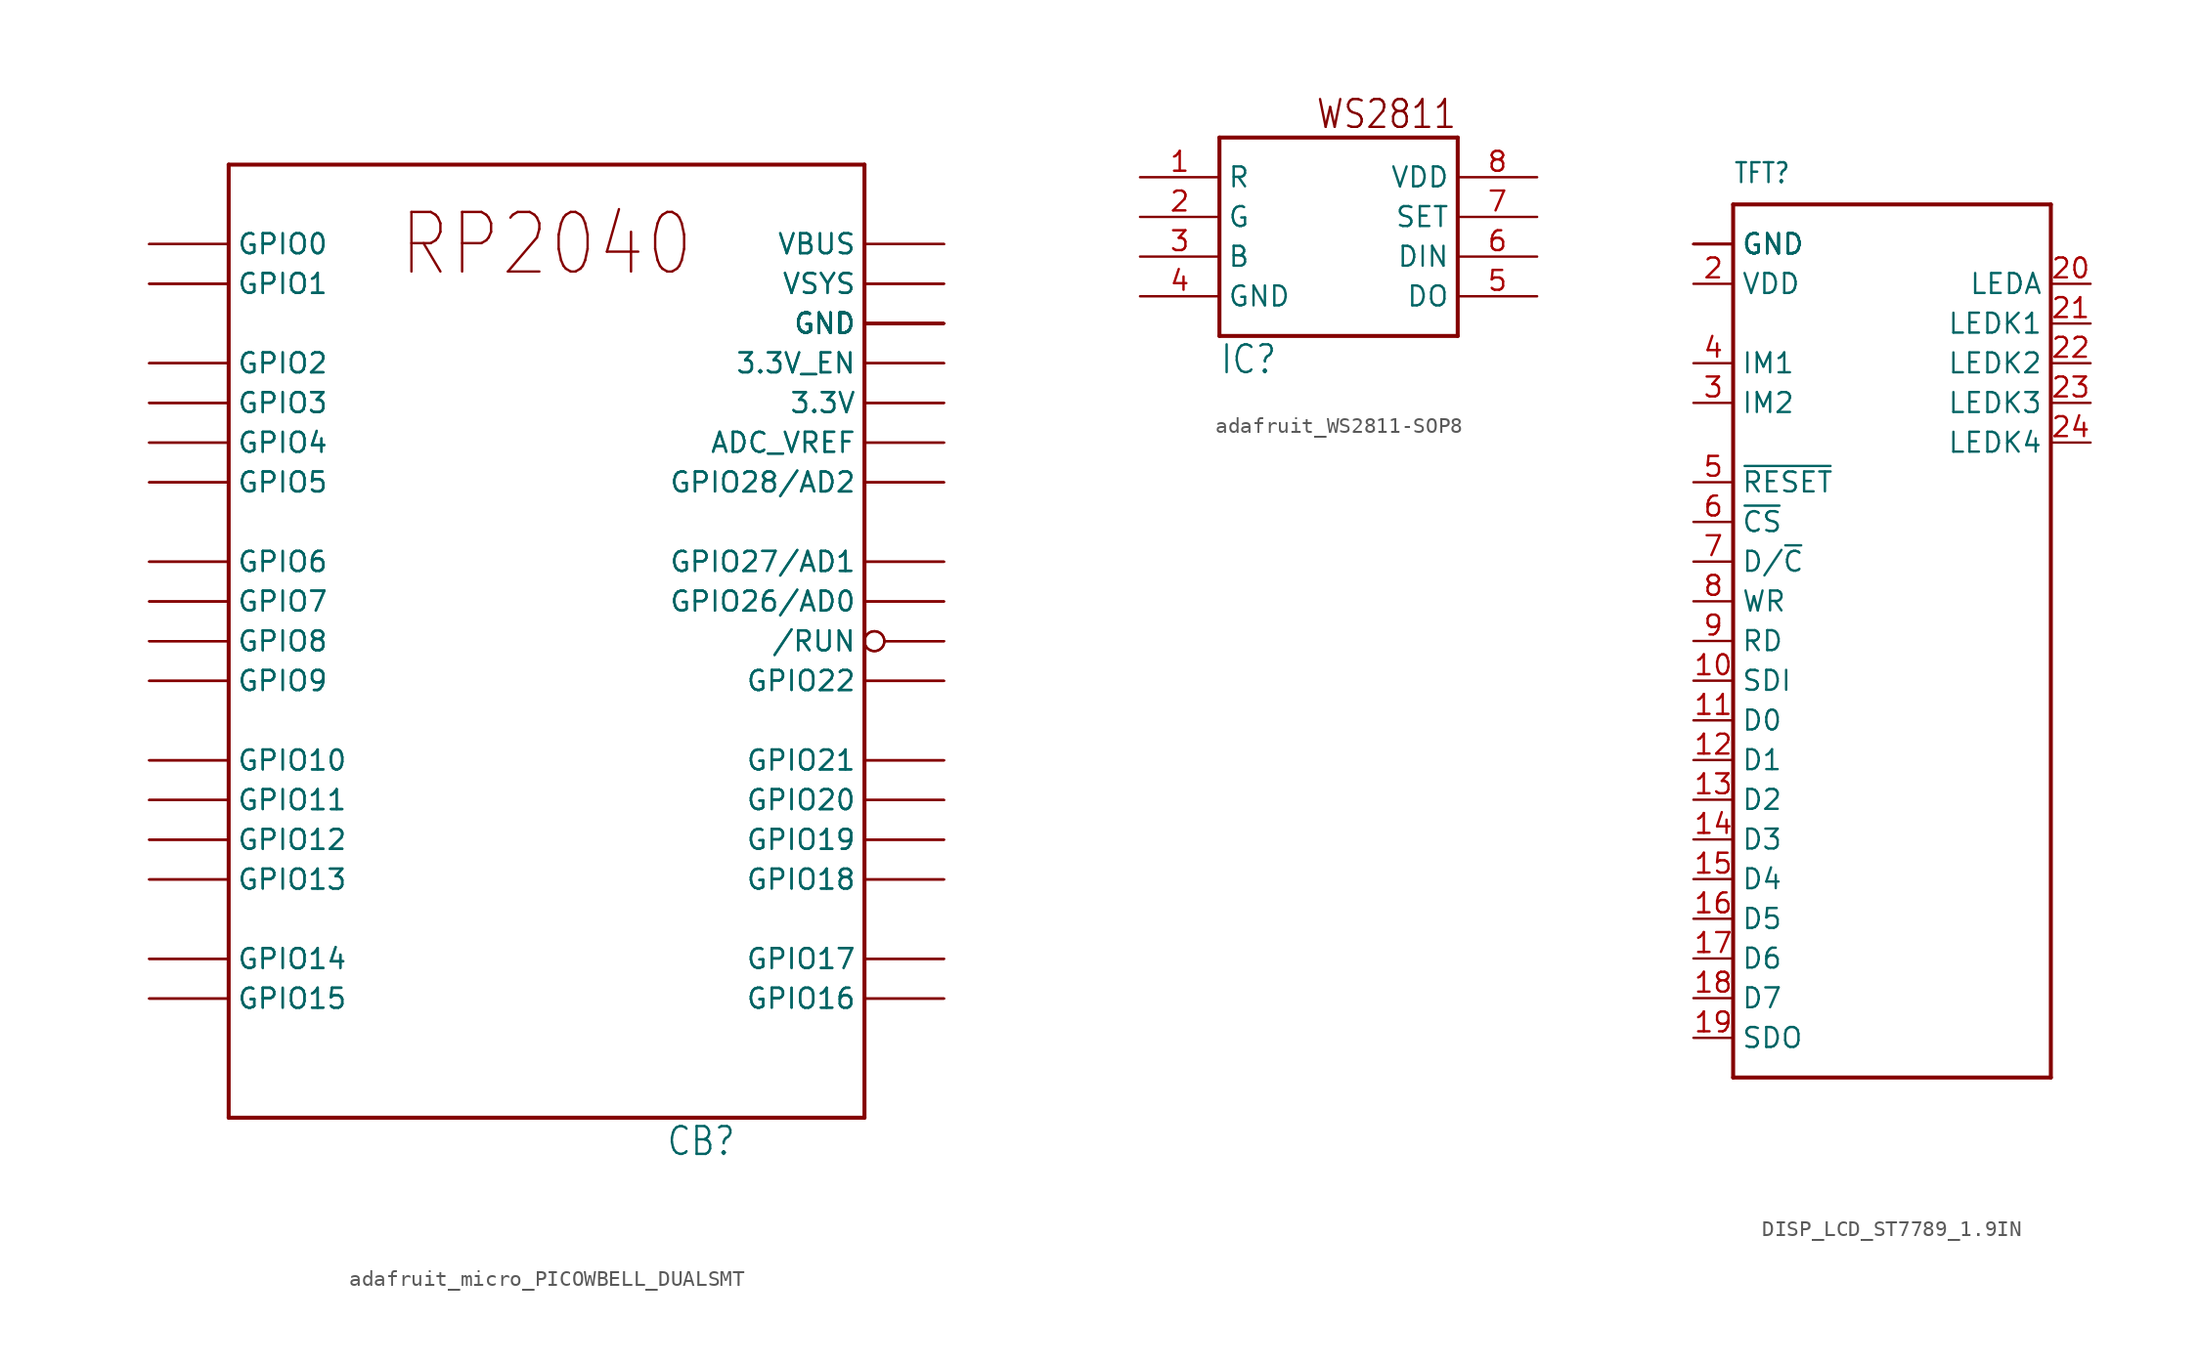
<source format=kicad_sym>
(kicad_symbol_lib
  (version 20231120)
  (generator "kicad_symbol_editor")
  (generator_version "8.0")
  (symbol "adafruit_micro_PICOWBELL_DUALSMT"
    (property "Reference" "CB"
      (at 7.62 -33.02 0)
      (effects (font (size 1.778 1.511)) (justify left bottom)))
    (property "Value" ""
      (at -17.78 -33.02 0)
      (effects (font (size 1.778 1.511)) (justify left bottom)))
    (property "ki_locked" ""
      (at 0 0 0)
      (effects (font (size 1.27 1.27))))
    (symbol "adafruit_micro_PICOWBELL_DUALSMT_1_0"
      (polyline (pts (xy -20.32 -30.48) (xy -20.32 30.48)) (stroke (width 0.254) (type solid)) (fill (type none)))
      (polyline (pts (xy -20.32 30.48) (xy 20.32 30.48)) (stroke (width 0.254) (type solid)) (fill (type none)))
      (polyline (pts (xy 20.32 -30.48) (xy -20.32 -30.48)) (stroke (width 0.254) (type solid)) (fill (type none)))
      (polyline (pts (xy 20.32 30.48) (xy 20.32 -30.48)) (stroke (width 0.254) (type solid)) (fill (type none)))
      (text "RP2040" (at 0 25.4 0) (effects (font (size 3.81 3.239))))
      (pin bidirectional line (at -25.4 25.4 0) (length 5.08) (name "GPIO0" (effects (font (size 1.27 1.27)))) (number "S1" (effects (font (size 0 0)))))
      (pin bidirectional line (at -25.4 15.24 0) (length 5.08) (name "GPIO3" (effects (font (size 1.27 1.27)))) (number "S10" (effects (font (size 0 0)))))
      (pin bidirectional line (at -25.4 12.7 0) (length 5.08) (name "GPIO4" (effects (font (size 1.27 1.27)))) (number "S11" (effects (font (size 0 0)))))
      (pin bidirectional line (at -25.4 12.7 0) (length 5.08) (name "GPIO4" (effects (font (size 1.27 1.27)))) (number "S12" (effects (font (size 0 0)))))
      (pin bidirectional line (at -25.4 10.16 0) (length 5.08) (name "GPIO5" (effects (font (size 1.27 1.27)))) (number "S13" (effects (font (size 0 0)))))
      (pin bidirectional line (at -25.4 10.16 0) (length 5.08) (name "GPIO5" (effects (font (size 1.27 1.27)))) (number "S14" (effects (font (size 0 0)))))
      (pin power_in line (at 25.4 20.32 180) (length 5.08) (name "GND" (effects (font (size 1.27 1.27)))) (number "S15" (effects (font (size 0 0)))))
      (pin power_in line (at 25.4 20.32 180) (length 5.08) (name "GND" (effects (font (size 1.27 1.27)))) (number "S16" (effects (font (size 0 0)))))
      (pin bidirectional line (at -25.4 5.08 0) (length 5.08) (name "GPIO6" (effects (font (size 1.27 1.27)))) (number "S17" (effects (font (size 0 0)))))
      (pin bidirectional line (at -25.4 5.08 0) (length 5.08) (name "GPIO6" (effects (font (size 1.27 1.27)))) (number "S18" (effects (font (size 0 0)))))
      (pin bidirectional line (at -25.4 2.54 0) (length 5.08) (name "GPIO7" (effects (font (size 1.27 1.27)))) (number "S19" (effects (font (size 0 0)))))
      (pin bidirectional line (at -25.4 25.4 0) (length 5.08) (name "GPIO0" (effects (font (size 1.27 1.27)))) (number "S2" (effects (font (size 0 0)))))
      (pin bidirectional line (at -25.4 2.54 0) (length 5.08) (name "GPIO7" (effects (font (size 1.27 1.27)))) (number "S20" (effects (font (size 0 0)))))
      (pin bidirectional line (at -25.4 0 0) (length 5.08) (name "GPIO8" (effects (font (size 1.27 1.27)))) (number "S21" (effects (font (size 0 0)))))
      (pin bidirectional line (at -25.4 0 0) (length 5.08) (name "GPIO8" (effects (font (size 1.27 1.27)))) (number "S22" (effects (font (size 0 0)))))
      (pin bidirectional line (at -25.4 -2.54 0) (length 5.08) (name "GPIO9" (effects (font (size 1.27 1.27)))) (number "S23" (effects (font (size 0 0)))))
      (pin bidirectional line (at -25.4 -2.54 0) (length 5.08) (name "GPIO9" (effects (font (size 1.27 1.27)))) (number "S24" (effects (font (size 0 0)))))
      (pin power_in line (at 25.4 20.32 180) (length 5.08) (name "GND" (effects (font (size 1.27 1.27)))) (number "S25" (effects (font (size 0 0)))))
      (pin power_in line (at 25.4 20.32 180) (length 5.08) (name "GND" (effects (font (size 1.27 1.27)))) (number "S26" (effects (font (size 0 0)))))
      (pin bidirectional line (at -25.4 -7.62 0) (length 5.08) (name "GPIO10" (effects (font (size 1.27 1.27)))) (number "S27" (effects (font (size 0 0)))))
      (pin bidirectional line (at -25.4 -7.62 0) (length 5.08) (name "GPIO10" (effects (font (size 1.27 1.27)))) (number "S28" (effects (font (size 0 0)))))
      (pin bidirectional line (at -25.4 -10.16 0) (length 5.08) (name "GPIO11" (effects (font (size 1.27 1.27)))) (number "S29" (effects (font (size 0 0)))))
      (pin bidirectional line (at -25.4 22.86 0) (length 5.08) (name "GPIO1" (effects (font (size 1.27 1.27)))) (number "S3" (effects (font (size 0 0)))))
      (pin bidirectional line (at -25.4 -10.16 0) (length 5.08) (name "GPIO11" (effects (font (size 1.27 1.27)))) (number "S30" (effects (font (size 0 0)))))
      (pin bidirectional line (at -25.4 -12.7 0) (length 5.08) (name "GPIO12" (effects (font (size 1.27 1.27)))) (number "S31" (effects (font (size 0 0)))))
      (pin bidirectional line (at -25.4 -12.7 0) (length 5.08) (name "GPIO12" (effects (font (size 1.27 1.27)))) (number "S32" (effects (font (size 0 0)))))
      (pin bidirectional line (at -25.4 -15.24 0) (length 5.08) (name "GPIO13" (effects (font (size 1.27 1.27)))) (number "S33" (effects (font (size 0 0)))))
      (pin bidirectional line (at -25.4 -15.24 0) (length 5.08) (name "GPIO13" (effects (font (size 1.27 1.27)))) (number "S34" (effects (font (size 0 0)))))
      (pin power_in line (at 25.4 20.32 180) (length 5.08) (name "GND" (effects (font (size 1.27 1.27)))) (number "S35" (effects (font (size 0 0)))))
      (pin power_in line (at 25.4 20.32 180) (length 5.08) (name "GND" (effects (font (size 1.27 1.27)))) (number "S36" (effects (font (size 0 0)))))
      (pin bidirectional line (at -25.4 -20.32 0) (length 5.08) (name "GPIO14" (effects (font (size 1.27 1.27)))) (number "S37" (effects (font (size 0 0)))))
      (pin bidirectional line (at -25.4 -20.32 0) (length 5.08) (name "GPIO14" (effects (font (size 1.27 1.27)))) (number "S38" (effects (font (size 0 0)))))
      (pin bidirectional line (at -25.4 -22.86 0) (length 5.08) (name "GPIO15" (effects (font (size 1.27 1.27)))) (number "S39" (effects (font (size 0 0)))))
      (pin bidirectional line (at -25.4 22.86 0) (length 5.08) (name "GPIO1" (effects (font (size 1.27 1.27)))) (number "S4" (effects (font (size 0 0)))))
      (pin bidirectional line (at -25.4 -22.86 0) (length 5.08) (name "GPIO15" (effects (font (size 1.27 1.27)))) (number "S40" (effects (font (size 0 0)))))
      (pin bidirectional line (at 25.4 -22.86 180) (length 5.08) (name "GPIO16" (effects (font (size 1.27 1.27)))) (number "S41" (effects (font (size 0 0)))))
      (pin bidirectional line (at 25.4 -22.86 180) (length 5.08) (name "GPIO16" (effects (font (size 1.27 1.27)))) (number "S42" (effects (font (size 0 0)))))
      (pin bidirectional line (at 25.4 -20.32 180) (length 5.08) (name "GPIO17" (effects (font (size 1.27 1.27)))) (number "S43" (effects (font (size 0 0)))))
      (pin bidirectional line (at 25.4 -20.32 180) (length 5.08) (name "GPIO17" (effects (font (size 1.27 1.27)))) (number "S44" (effects (font (size 0 0)))))
      (pin power_in line (at 25.4 20.32 180) (length 5.08) (name "GND" (effects (font (size 1.27 1.27)))) (number "S45" (effects (font (size 0 0)))))
      (pin power_in line (at 25.4 20.32 180) (length 5.08) (name "GND" (effects (font (size 1.27 1.27)))) (number "S46" (effects (font (size 0 0)))))
      (pin bidirectional line (at 25.4 -15.24 180) (length 5.08) (name "GPIO18" (effects (font (size 1.27 1.27)))) (number "S47" (effects (font (size 0 0)))))
      (pin bidirectional line (at 25.4 -15.24 180) (length 5.08) (name "GPIO18" (effects (font (size 1.27 1.27)))) (number "S48" (effects (font (size 0 0)))))
      (pin bidirectional line (at 25.4 -12.7 180) (length 5.08) (name "GPIO19" (effects (font (size 1.27 1.27)))) (number "S49" (effects (font (size 0 0)))))
      (pin power_in line (at 25.4 20.32 180) (length 5.08) (name "GND" (effects (font (size 1.27 1.27)))) (number "S5" (effects (font (size 0 0)))))
      (pin bidirectional line (at 25.4 -12.7 180) (length 5.08) (name "GPIO19" (effects (font (size 1.27 1.27)))) (number "S50" (effects (font (size 0 0)))))
      (pin bidirectional line (at 25.4 -10.16 180) (length 5.08) (name "GPIO20" (effects (font (size 1.27 1.27)))) (number "S51" (effects (font (size 0 0)))))
      (pin bidirectional line (at 25.4 -10.16 180) (length 5.08) (name "GPIO20" (effects (font (size 1.27 1.27)))) (number "S52" (effects (font (size 0 0)))))
      (pin bidirectional line (at 25.4 -7.62 180) (length 5.08) (name "GPIO21" (effects (font (size 1.27 1.27)))) (number "S53" (effects (font (size 0 0)))))
      (pin bidirectional line (at 25.4 -7.62 180) (length 5.08) (name "GPIO21" (effects (font (size 1.27 1.27)))) (number "S54" (effects (font (size 0 0)))))
      (pin power_in line (at 25.4 20.32 180) (length 5.08) (name "GND" (effects (font (size 1.27 1.27)))) (number "S55" (effects (font (size 0 0)))))
      (pin power_in line (at 25.4 20.32 180) (length 5.08) (name "GND" (effects (font (size 1.27 1.27)))) (number "S56" (effects (font (size 0 0)))))
      (pin bidirectional line (at 25.4 -2.54 180) (length 5.08) (name "GPIO22" (effects (font (size 1.27 1.27)))) (number "S57" (effects (font (size 0 0)))))
      (pin bidirectional line (at 25.4 -2.54 180) (length 5.08) (name "GPIO22" (effects (font (size 1.27 1.27)))) (number "S58" (effects (font (size 0 0)))))
      (pin bidirectional inverted (at 25.4 0 180) (length 5.08) (name "/RUN" (effects (font (size 1.27 1.27)))) (number "S59" (effects (font (size 0 0)))))
      (pin power_in line (at 25.4 20.32 180) (length 5.08) (name "GND" (effects (font (size 1.27 1.27)))) (number "S6" (effects (font (size 0 0)))))
      (pin bidirectional inverted (at 25.4 0 180) (length 5.08) (name "/RUN" (effects (font (size 1.27 1.27)))) (number "S60" (effects (font (size 0 0)))))
      (pin bidirectional line (at 25.4 2.54 180) (length 5.08) (name "GPIO26/AD0" (effects (font (size 1.27 1.27)))) (number "S61" (effects (font (size 0 0)))))
      (pin bidirectional line (at 25.4 2.54 180) (length 5.08) (name "GPIO26/AD0" (effects (font (size 1.27 1.27)))) (number "S62" (effects (font (size 0 0)))))
      (pin bidirectional line (at 25.4 5.08 180) (length 5.08) (name "GPIO27/AD1" (effects (font (size 1.27 1.27)))) (number "S63" (effects (font (size 0 0)))))
      (pin bidirectional line (at 25.4 5.08 180) (length 5.08) (name "GPIO27/AD1" (effects (font (size 1.27 1.27)))) (number "S64" (effects (font (size 0 0)))))
      (pin power_in line (at 25.4 20.32 180) (length 5.08) (name "GND" (effects (font (size 1.27 1.27)))) (number "S65" (effects (font (size 0 0)))))
      (pin power_in line (at 25.4 20.32 180) (length 5.08) (name "GND" (effects (font (size 1.27 1.27)))) (number "S66" (effects (font (size 0 0)))))
      (pin bidirectional line (at 25.4 10.16 180) (length 5.08) (name "GPIO28/AD2" (effects (font (size 1.27 1.27)))) (number "S67" (effects (font (size 0 0)))))
      (pin bidirectional line (at 25.4 10.16 180) (length 5.08) (name "GPIO28/AD2" (effects (font (size 1.27 1.27)))) (number "S68" (effects (font (size 0 0)))))
      (pin passive line (at 25.4 12.7 180) (length 5.08) (name "ADC_VREF" (effects (font (size 1.27 1.27)))) (number "S69" (effects (font (size 0 0)))))
      (pin bidirectional line (at -25.4 17.78 0) (length 5.08) (name "GPIO2" (effects (font (size 1.27 1.27)))) (number "S7" (effects (font (size 0 0)))))
      (pin passive line (at 25.4 12.7 180) (length 5.08) (name "ADC_VREF" (effects (font (size 1.27 1.27)))) (number "S70" (effects (font (size 0 0)))))
      (pin power_in line (at 25.4 15.24 180) (length 5.08) (name "3.3V" (effects (font (size 1.27 1.27)))) (number "S71" (effects (font (size 0 0)))))
      (pin power_in line (at 25.4 15.24 180) (length 5.08) (name "3.3V" (effects (font (size 1.27 1.27)))) (number "S72" (effects (font (size 0 0)))))
      (pin passive line (at 25.4 17.78 180) (length 5.08) (name "3.3V_EN" (effects (font (size 1.27 1.27)))) (number "S73" (effects (font (size 0 0)))))
      (pin passive line (at 25.4 17.78 180) (length 5.08) (name "3.3V_EN" (effects (font (size 1.27 1.27)))) (number "S74" (effects (font (size 0 0)))))
      (pin power_in line (at 25.4 20.32 180) (length 5.08) (name "GND" (effects (font (size 1.27 1.27)))) (number "S75" (effects (font (size 0 0)))))
      (pin power_in line (at 25.4 20.32 180) (length 5.08) (name "GND" (effects (font (size 1.27 1.27)))) (number "S76" (effects (font (size 0 0)))))
      (pin power_in line (at 25.4 22.86 180) (length 5.08) (name "VSYS" (effects (font (size 1.27 1.27)))) (number "S77" (effects (font (size 0 0)))))
      (pin power_in line (at 25.4 22.86 180) (length 5.08) (name "VSYS" (effects (font (size 1.27 1.27)))) (number "S78" (effects (font (size 0 0)))))
      (pin power_in line (at 25.4 25.4 180) (length 5.08) (name "VBUS" (effects (font (size 1.27 1.27)))) (number "S79" (effects (font (size 0 0)))))
      (pin bidirectional line (at -25.4 17.78 0) (length 5.08) (name "GPIO2" (effects (font (size 1.27 1.27)))) (number "S8" (effects (font (size 0 0)))))
      (pin power_in line (at 25.4 25.4 180) (length 5.08) (name "VBUS" (effects (font (size 1.27 1.27)))) (number "S80" (effects (font (size 0 0)))))
      (pin bidirectional line (at -25.4 15.24 0) (length 5.08) (name "GPIO3" (effects (font (size 1.27 1.27)))) (number "S9" (effects (font (size 0 0)))))))
  (symbol "adafruit_WS2811-SOP8"
    (property "Reference" "IC"
      (at -7.62 -7.62 0)
      (effects (font (size 1.778 1.511)) (justify left bottom)))
    (property "ki_locked" ""
      (at 0 0 0)
      (effects (font (size 1.27 1.27))))
    (symbol "adafruit_WS2811-SOP8_1_0"
      (polyline (pts (xy -7.62 -5.08) (xy -7.62 7.62)) (stroke (width 0.254) (type solid)) (fill (type none)))
      (polyline (pts (xy -7.62 7.62) (xy 7.62 7.62)) (stroke (width 0.254) (type solid)) (fill (type none)))
      (polyline (pts (xy 7.62 -5.08) (xy -7.62 -5.08)) (stroke (width 0.254) (type solid)) (fill (type none)))
      (polyline (pts (xy 7.62 7.62) (xy 7.62 -5.08)) (stroke (width 0.254) (type solid)) (fill (type none)))
      (text "WS2811" (at 7.62 10.16 0) (effects (font (size 1.778 1.511)) (justify right top)))
      (pin open_collector line (at -12.7 5.08 0) (length 5.08) (name "R" (effects (font (size 1.27 1.27)))) (number "1" (effects (font (size 1.27 1.27)))))
      (pin open_collector line (at -12.7 2.54 0) (length 5.08) (name "G" (effects (font (size 1.27 1.27)))) (number "2" (effects (font (size 1.27 1.27)))))
      (pin open_collector line (at -12.7 0 0) (length 5.08) (name "B" (effects (font (size 1.27 1.27)))) (number "3" (effects (font (size 1.27 1.27)))))
      (pin power_in line (at -12.7 -2.54 0) (length 5.08) (name "GND" (effects (font (size 1.27 1.27)))) (number "4" (effects (font (size 1.27 1.27)))))
      (pin output line (at 12.7 -2.54 180) (length 5.08) (name "DO" (effects (font (size 1.27 1.27)))) (number "5" (effects (font (size 1.27 1.27)))))
      (pin input line (at 12.7 0 180) (length 5.08) (name "DIN" (effects (font (size 1.27 1.27)))) (number "6" (effects (font (size 1.27 1.27)))))
      (pin input line (at 12.7 2.54 180) (length 5.08) (name "SET" (effects (font (size 1.27 1.27)))) (number "7" (effects (font (size 1.27 1.27)))))
      (pin power_in line (at 12.7 5.08 180) (length 5.08) (name "VDD" (effects (font (size 1.27 1.27)))) (number "8" (effects (font (size 1.27 1.27)))))))
  (symbol "DISP_LCD_ST7789_1.9IN"
    (property "Reference" "TFT"
      (at -7.62 31.75 0)
      (effects (font (size 1.27 1.079)) (justify left bottom)))
    (property "Value" ""
      (at -7.62 -27.94 0)
      (effects (font (size 1.27 1.079)) (justify left bottom)))
    (property "ki_locked" ""
      (at 0 0 0)
      (effects (font (size 1.27 1.27))))
    (symbol "DISP_LCD_ST7789_1.9IN_1_0"
      (polyline (pts (xy -7.62 -25.4) (xy -7.62 30.48)) (stroke (width 0.254) (type solid)) (fill (type none)))
      (polyline (pts (xy -7.62 30.48) (xy 12.7 30.48)) (stroke (width 0.254) (type solid)) (fill (type none)))
      (polyline (pts (xy 12.7 -25.4) (xy -7.62 -25.4)) (stroke (width 0.254) (type solid)) (fill (type none)))
      (polyline (pts (xy 12.7 30.48) (xy 12.7 -25.4)) (stroke (width 0.254) (type solid)) (fill (type none)))
      (pin power_in line (at -10.16 27.94 0) (length 2.54) (name "GND" (effects (font (size 1.27 1.27)))) (number "1" (effects (font (size 0 0)))))
      (pin input line (at -10.16 0 0) (length 2.54) (name "SDI" (effects (font (size 1.27 1.27)))) (number "10" (effects (font (size 1.27 1.27)))))
      (pin bidirectional line (at -10.16 -2.54 0) (length 2.54) (name "D0" (effects (font (size 1.27 1.27)))) (number "11" (effects (font (size 1.27 1.27)))))
      (pin bidirectional line (at -10.16 -5.08 0) (length 2.54) (name "D1" (effects (font (size 1.27 1.27)))) (number "12" (effects (font (size 1.27 1.27)))))
      (pin bidirectional line (at -10.16 -7.62 0) (length 2.54) (name "D2" (effects (font (size 1.27 1.27)))) (number "13" (effects (font (size 1.27 1.27)))))
      (pin bidirectional line (at -10.16 -10.16 0) (length 2.54) (name "D3" (effects (font (size 1.27 1.27)))) (number "14" (effects (font (size 1.27 1.27)))))
      (pin bidirectional line (at -10.16 -12.7 0) (length 2.54) (name "D4" (effects (font (size 1.27 1.27)))) (number "15" (effects (font (size 1.27 1.27)))))
      (pin bidirectional line (at -10.16 -15.24 0) (length 2.54) (name "D5" (effects (font (size 1.27 1.27)))) (number "16" (effects (font (size 1.27 1.27)))))
      (pin bidirectional line (at -10.16 -17.78 0) (length 2.54) (name "D6" (effects (font (size 1.27 1.27)))) (number "17" (effects (font (size 1.27 1.27)))))
      (pin bidirectional line (at -10.16 -20.32 0) (length 2.54) (name "D7" (effects (font (size 1.27 1.27)))) (number "18" (effects (font (size 1.27 1.27)))))
      (pin output line (at -10.16 -22.86 0) (length 2.54) (name "SDO" (effects (font (size 1.27 1.27)))) (number "19" (effects (font (size 1.27 1.27)))))
      (pin power_in line (at -10.16 25.4 0) (length 2.54) (name "VDD" (effects (font (size 1.27 1.27)))) (number "2" (effects (font (size 1.27 1.27)))))
      (pin input line (at 15.24 25.4 180) (length 2.54) (name "LEDA" (effects (font (size 1.27 1.27)))) (number "20" (effects (font (size 1.27 1.27)))))
      (pin input line (at 15.24 22.86 180) (length 2.54) (name "LEDK1" (effects (font (size 1.27 1.27)))) (number "21" (effects (font (size 1.27 1.27)))))
      (pin input line (at 15.24 20.32 180) (length 2.54) (name "LEDK2" (effects (font (size 1.27 1.27)))) (number "22" (effects (font (size 1.27 1.27)))))
      (pin input line (at 15.24 17.78 180) (length 2.54) (name "LEDK3" (effects (font (size 1.27 1.27)))) (number "23" (effects (font (size 1.27 1.27)))))
      (pin input line (at 15.24 15.24 180) (length 2.54) (name "LEDK4" (effects (font (size 1.27 1.27)))) (number "24" (effects (font (size 1.27 1.27)))))
      (pin power_in line (at -10.16 27.94 0) (length 2.54) (name "GND" (effects (font (size 1.27 1.27)))) (number "25" (effects (font (size 0 0)))))
      (pin input line (at -10.16 17.78 0) (length 2.54) (name "IM2" (effects (font (size 1.27 1.27)))) (number "3" (effects (font (size 1.27 1.27)))))
      (pin power_in line (at -10.16 27.94 0) (length 2.54) (name "GND" (effects (font (size 1.27 1.27)))) (number "30" (effects (font (size 0 0)))))
      (pin input line (at -10.16 20.32 0) (length 2.54) (name "IM1" (effects (font (size 1.27 1.27)))) (number "4" (effects (font (size 1.27 1.27)))))
      (pin input line (at -10.16 12.7 0) (length 2.54) (name "~{RESET}" (effects (font (size 1.27 1.27)))) (number "5" (effects (font (size 1.27 1.27)))))
      (pin input line (at -10.16 10.16 0) (length 2.54) (name "~{CS}" (effects (font (size 1.27 1.27)))) (number "6" (effects (font (size 1.27 1.27)))))
      (pin input line (at -10.16 7.62 0) (length 2.54) (name "D/~{C}" (effects (font (size 1.27 1.27)))) (number "7" (effects (font (size 1.27 1.27)))))
      (pin input line (at -10.16 5.08 0) (length 2.54) (name "WR" (effects (font (size 1.27 1.27)))) (number "8" (effects (font (size 1.27 1.27)))))
      (pin input line (at -10.16 2.54 0) (length 2.54) (name "RD" (effects (font (size 1.27 1.27)))) (number "9" (effects (font (size 1.27 1.27)))))
      (pin power_in line (at -10.16 27.94 0) (length 2.54) (name "GND" (effects (font (size 1.27 1.27)))) (number "MNT1" (effects (font (size 0 0)))))
      (pin power_in line (at -10.16 27.94 0) (length 2.54) (name "GND" (effects (font (size 1.27 1.27)))) (number "MNT2" (effects (font (size 0 0))))))))
</source>
